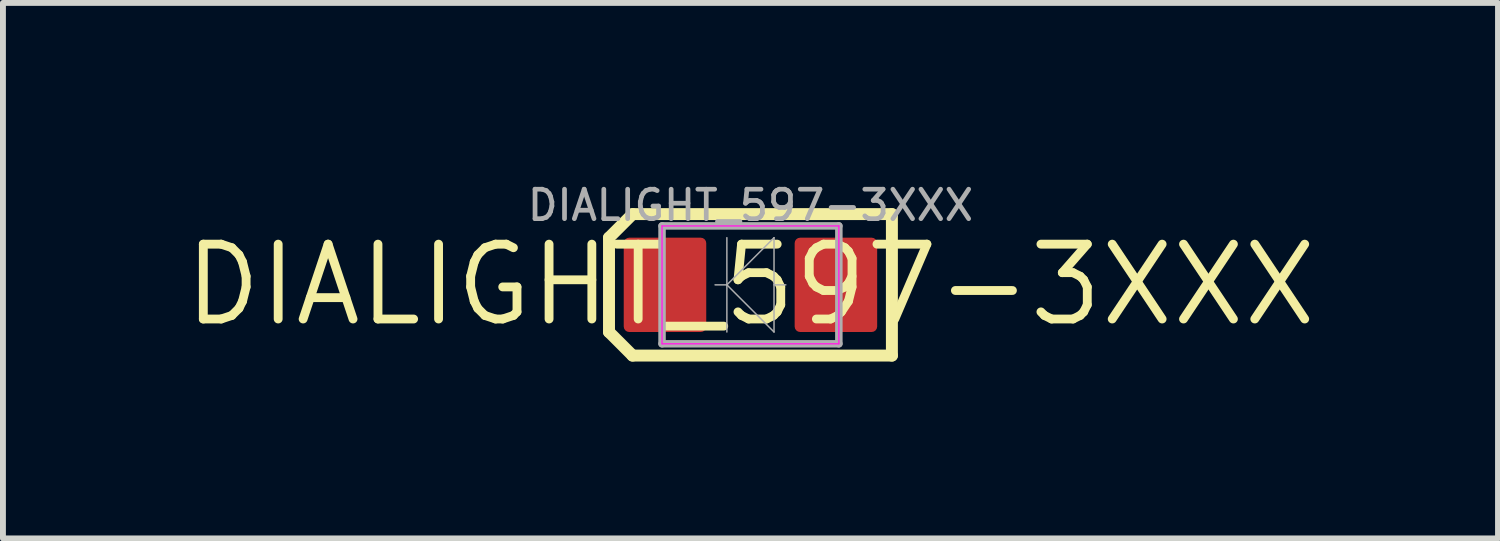
<source format=kicad_pcb>
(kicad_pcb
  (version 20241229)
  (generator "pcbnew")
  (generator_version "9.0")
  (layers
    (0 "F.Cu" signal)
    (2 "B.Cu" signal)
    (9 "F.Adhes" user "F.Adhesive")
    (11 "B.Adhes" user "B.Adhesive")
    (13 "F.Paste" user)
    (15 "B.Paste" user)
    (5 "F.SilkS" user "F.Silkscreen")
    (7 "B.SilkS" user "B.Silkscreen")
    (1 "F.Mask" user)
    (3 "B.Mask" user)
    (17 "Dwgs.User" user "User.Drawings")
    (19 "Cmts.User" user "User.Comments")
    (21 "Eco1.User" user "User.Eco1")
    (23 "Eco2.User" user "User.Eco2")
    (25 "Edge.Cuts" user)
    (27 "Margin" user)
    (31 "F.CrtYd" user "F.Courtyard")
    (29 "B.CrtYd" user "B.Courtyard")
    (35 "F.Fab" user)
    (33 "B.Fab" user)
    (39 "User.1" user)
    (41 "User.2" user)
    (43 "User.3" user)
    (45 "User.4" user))
  (footprint "DIALIGHT_597-3XXX"
    (layer "F.Cu")
    (at 9.683 1.783)
    (property "Reference" "DIALIGHT_597-3XXX" (at 0 0 0) (layer "F.SilkS") (effects (font (size 1.27 1.27) (thickness 0.15))))
    (fp_line (start -2.4 -0.8) (end -2.4 0.8) (stroke (width 0.203) (type solid)) (layer "F.SilkS"))
    (fp_line (start -2.4 0.8) (end -2 1.2) (stroke (width 0.203) (type solid)) (layer "F.SilkS"))
    (fp_line (start -2 -1.2) (end -2.4 -0.8) (stroke (width 0.203) (type solid)) (layer "F.SilkS"))
    (fp_line (start -2 1.2) (end 2.4 1.2) (stroke (width 0.203) (type solid)) (layer "F.SilkS"))
    (fp_line (start 2.4 -1.2) (end -2 -1.2) (stroke (width 0.203) (type solid)) (layer "F.SilkS"))
    (fp_line (start 2.4 1.2) (end 2.4 -1.2) (stroke (width 0.203) (type solid)) (layer "F.SilkS"))
    (fp_line (start -1.5 -1) (end -1.5 1) (stroke (width 0.025) (type solid)) (layer "F.CrtYd"))
    (fp_line (start -1.5 1) (end 1.5 1) (stroke (width 0.025) (type solid)) (layer "F.CrtYd"))
    (fp_line (start 1.5 -1) (end -1.5 -1) (stroke (width 0.025) (type solid)) (layer "F.CrtYd"))
    (fp_line (start 1.5 1) (end 1.5 -1) (stroke (width 0.025) (type solid)) (layer "F.CrtYd"))
    (fp_line (start -1.5 -1) (end -1.5 1) (stroke (width 0.127) (type solid)) (layer "F.Fab"))
    (fp_line (start -1.5 1) (end 1.5 1) (stroke (width 0.127) (type solid)) (layer "F.Fab"))
    (fp_line (start -0.6 0) (end -0.4 0) (stroke (width 0.025) (type solid)) (layer "F.Fab"))
    (fp_line (start -0.4 -0.8) (end -0.4 0.8) (stroke (width 0.025) (type solid)) (layer "F.Fab"))
    (fp_line (start -0.4 0) (end 0.4 -0.8) (stroke (width 0.025) (type solid)) (layer "F.Fab"))
    (fp_line (start 0.4 -0.8) (end 0.4 0.8) (stroke (width 0.025) (type solid)) (layer "F.Fab"))
    (fp_line (start 0.4 0) (end 0.6 0) (stroke (width 0.025) (type solid)) (layer "F.Fab"))
    (fp_line (start 0.4 0.8) (end -0.4 0) (stroke (width 0.025) (type solid)) (layer "F.Fab"))
    (fp_line (start 1.5 -1) (end -1.5 -1) (stroke (width 0.127) (type solid)) (layer "F.Fab"))
    (fp_line (start 1.5 1) (end 1.5 -1) (stroke (width 0.127) (type solid)) (layer "F.Fab"))
    (fp_text user "${REFERENCE}" (at 0 -1.35 0) (unlocked yes) (layer "F.Fab") (effects (font (size 0.5 0.5) (thickness 0.08))))
    (pad "1" smd roundrect (at -1.45 0 90) (size 1.6 1.4) (layers "F.Cu" "F.Mask" "F.Paste") (roundrect_rratio 0.066))
    (pad "2" smd roundrect (at 1.45 0 90) (size 1.6 1.4) (layers "F.Cu" "F.Mask" "F.Paste") (roundrect_rratio 0.066)))
  (gr_rect
    (start -3 -3)
    (end 22.367 6.085)
    (stroke (width 0.1) (type default))
    (fill no)
    (layer "Edge.Cuts")))
</source>
